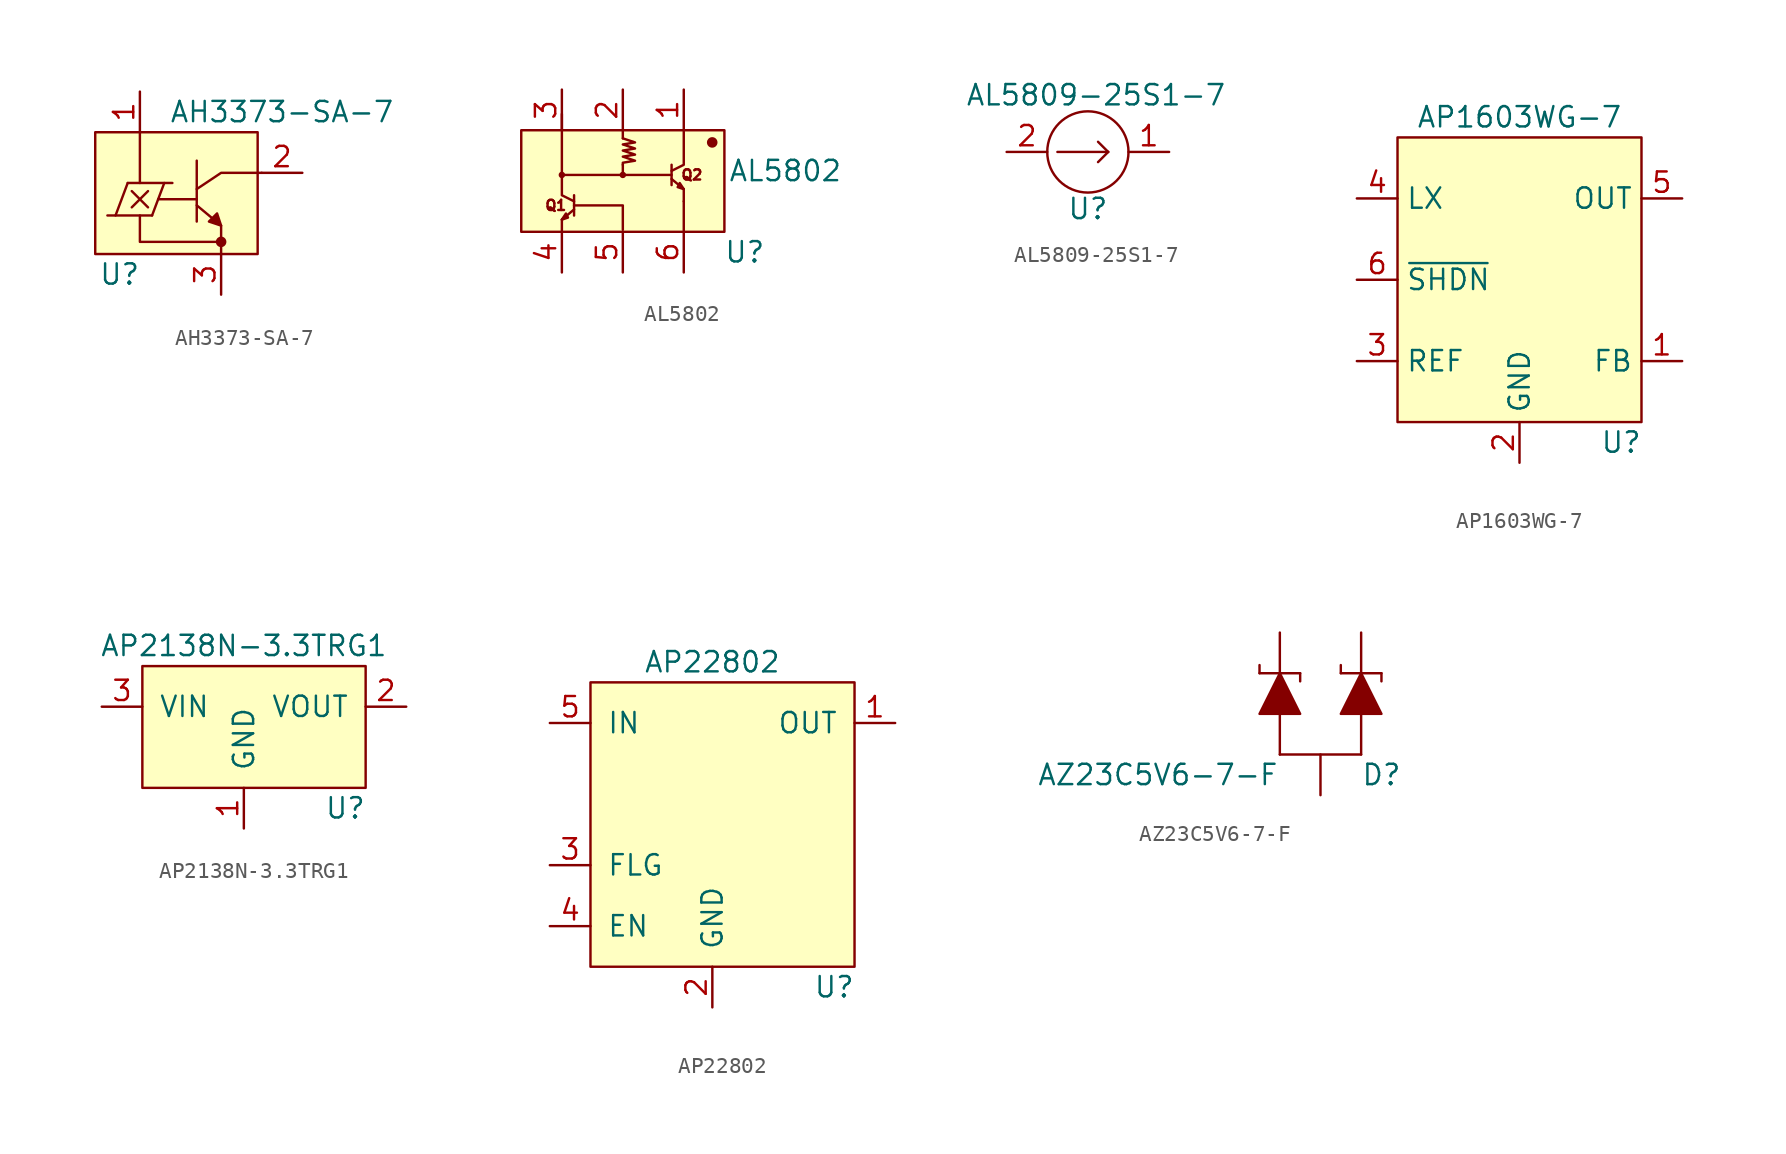
<source format=kicad_sym>
(kicad_symbol_lib
  (version 20241209)
  (generator "kicad_symbol_editor")
  (generator_version "9.0")
  (symbol "AH3373-SA-7"
    (pin_names
      (hide yes))
    (property "Reference" "U"
      (at -3.81 -5.08 0)
      (effects (font (size 1.27 1.27))))
    (property "Value" "AH3373-SA-7"
      (at 6.35 5.08 0)
      (effects (font (size 1.27 1.27))))
    (symbol "AH3373-SA-7_0_1"
      (rectangle (start -5.334 3.81) (end 4.826 -3.81) (stroke (width 0.152) (type default)) (fill (type background)))
      (polyline (pts (xy -4.572 -1.397) (xy -1.778 -1.397)) (stroke (width 0.152) (type default)) (fill (type none)))
      (polyline (pts (xy -3.302 0.635) (xy -4.064 -1.397)) (stroke (width 0.152) (type default)) (fill (type none)))
      (polyline (pts (xy -3.302 0.635) (xy -0.508 0.635)) (stroke (width 0.152) (type default)) (fill (type none)))
      (polyline (pts (xy -3.048 0.127) (xy -2.032 -0.889)) (stroke (width 0.152) (type default)) (fill (type none)))
      (polyline (pts (xy -2.54 3.81) (xy -2.54 0.635)) (stroke (width 0.152) (type default)) (fill (type none)))
      (polyline (pts (xy -2.54 -1.397) (xy -2.54 -3.048) (xy 2.54 -3.048)) (stroke (width 0.152) (type default)) (fill (type none)))
      (polyline (pts (xy -2.032 0.127) (xy -3.048 -0.889)) (stroke (width 0.152) (type default)) (fill (type none)))
      (polyline (pts (xy -1.397 -0.381) (xy 1.016 -0.381)) (stroke (width 0.152) (type default)) (fill (type none)))
      (polyline (pts (xy -1.016 0.635) (xy -1.778 -1.397)) (stroke (width 0.152) (type default)) (fill (type none)))
      (polyline (pts (xy 1.016 2.032) (xy 1.016 -1.778)) (stroke (width 0.152) (type default)) (fill (type none)))
      (polyline (pts (xy 2.032 -1.524) (xy 2.286 -1.27) (xy 2.54 -2.032) (xy 1.778 -1.778) (xy 2.032 -1.524)) (stroke (width 0.152) (type default)) (fill (type outline)))
      (circle (center 2.54 -3.048) (radius 0.254) (stroke (width 0.152) (type default)) (fill (type outline)))
      (polyline (pts (xy 2.54 -3.81) (xy 2.54 -2.032) (xy 1.016 -0.762)) (stroke (width 0.152) (type default)) (fill (type none)))
      (polyline (pts (xy 5.08 1.27) (xy 2.54 1.27) (xy 1.016 0.254)) (stroke (width 0.152) (type default)) (fill (type none))))
    (symbol "AH3373-SA-7_1_1"
      (pin power_in line (at -2.54 6.35 270) (length 2.54) (name "VDD" (effects (font (size 1.27 1.27)))) (number "1" (effects (font (size 1.27 1.27)))))
      (pin power_in line (at 2.54 -6.35 90) (length 2.54) (name "GND" (effects (font (size 1.27 1.27)))) (number "3" (effects (font (size 1.27 1.27)))))
      (pin output line (at 7.62 1.27 180) (length 2.54) (name "OUT" (effects (font (size 1.27 1.27)))) (number "2" (effects (font (size 1.27 1.27)))))))
  (symbol "AL5802"
    (pin_names
      (offset 1.016)
      (hide yes))
    (property "Reference" "U"
      (at 7.62 -3.81 0)
      (effects (font (size 1.27 1.27))))
    (property "Value" "AL5802"
      (at 10.16 1.27 0)
      (effects (font (size 1.27 1.27))))
    (symbol "AL5802_0_0"
      (text "Q1" (at -4.191 -0.889 0) (effects (font (size 0.635 0.635))))
      (text "Q2" (at 4.318 1.016 0) (effects (font (size 0.635 0.635)))))
    (symbol "AL5802_0_1"
      (rectangle (start -6.35 3.81) (end 6.35 -2.54) (stroke (width 0) (type default)) (fill (type background)))
      (polyline (pts (xy 0 3.81) (xy 0 3.302)) (stroke (width 0) (type default)) (fill (type none)))
      (polyline (pts (xy 0 3.302) (xy 0.762 3.048) (xy 0 2.921) (xy 0.762 2.667) (xy 0 2.54) (xy 0.762 2.286) (xy 0 2.159) (xy 0.762 1.905) (xy 0 1.778) (xy 0 1.651)) (stroke (width 0) (type default)) (fill (type none)))
      (circle (center 0 1.016) (radius 0.127) (stroke (width 0) (type default)) (fill (type none)))
      (polyline (pts (xy 0 1.016) (xy 0 1.651)) (stroke (width 0) (type default)) (fill (type none)))
      (polyline (pts (xy 0 1.016) (xy 3.048 1.016)) (stroke (width 0) (type default)) (fill (type none)))
      (polyline (pts (xy 0.127 1.016) (xy -3.81 1.016) (xy -3.81 4.826)) (stroke (width 0) (type default)) (fill (type none)))
      (polyline (pts (xy 3.048 1.27) (xy 3.048 1.651)) (stroke (width 0) (type default)) (fill (type none)))
      (polyline (pts (xy 3.048 0.762) (xy 3.048 0.381)) (stroke (width 0) (type default)) (fill (type none)))
      (polyline (pts (xy 3.81 0.127) (xy 3.81 -0.635)) (stroke (width 0) (type default)) (fill (type none)))
      (polyline (pts (xy 3.81 0.127) (xy 3.556 0.508) (xy 3.429 0.254) (xy 3.81 0.127)) (stroke (width 0) (type default)) (fill (type none)))
      (polyline (pts (xy 3.81 0.127) (xy 3.048 0.762) (xy 3.048 1.016) (xy 3.048 1.27) (xy 3.81 1.651) (xy 3.81 3.81)) (stroke (width 0) (type default)) (fill (type none)))
      (polyline (pts (xy 3.81 -0.635) (xy 3.81 -2.54)) (stroke (width 0) (type default)) (fill (type none)))
      (circle (center 5.588 3.048) (radius 0.254) (stroke (width 0) (type default)) (fill (type outline))))
    (symbol "AL5802_1_1"
      (circle (center -3.81 1.016) (radius 0.127) (stroke (width 0) (type default)) (fill (type none)))
      (polyline (pts (xy -3.81 -1.778) (xy -3.81 -2.54)) (stroke (width 0) (type default)) (fill (type none)))
      (polyline (pts (xy -3.81 -1.778) (xy -3.556 -1.397) (xy -3.429 -1.651) (xy -3.81 -1.778)) (stroke (width 0) (type default)) (fill (type none)))
      (polyline (pts (xy -3.81 -1.778) (xy -3.048 -1.143) (xy -3.048 -0.889) (xy -3.048 -0.635) (xy -3.81 -0.254) (xy -3.81 1.016)) (stroke (width 0) (type default)) (fill (type none)))
      (polyline (pts (xy -3.048 -0.635) (xy -3.048 -0.254)) (stroke (width 0) (type default)) (fill (type none)))
      (polyline (pts (xy -3.048 -0.889) (xy 0 -0.889) (xy 0 -2.413)) (stroke (width 0) (type default)) (fill (type none)))
      (polyline (pts (xy -3.048 -1.143) (xy -3.048 -1.524)) (stroke (width 0) (type default)) (fill (type none)))
      (pin passive line (at -3.81 6.35 270) (length 2.54) (name "EN" (effects (font (size 1.27 1.27)))) (number "3" (effects (font (size 1.27 1.27)))))
      (pin passive line (at -3.81 -5.08 90) (length 2.54) (name "GND" (effects (font (size 1.27 1.27)))) (number "4" (effects (font (size 1.27 1.27)))))
      (pin passive line (at 0 6.35 270) (length 2.54) (name "BIAS" (effects (font (size 1.27 1.27)))) (number "2" (effects (font (size 1.27 1.27)))))
      (pin passive line (at 0 -5.08 90) (length 2.54) (name "FB" (effects (font (size 1.27 1.27)))) (number "5" (effects (font (size 1.27 1.27)))))
      (pin passive line (at 3.81 6.35 270) (length 2.54) (name "OUT" (effects (font (size 1.27 1.27)))) (number "1" (effects (font (size 1.27 1.27)))))
      (pin passive line (at 3.81 -5.08 90) (length 2.54) (name "REXT" (effects (font (size 1.27 1.27)))) (number "6" (effects (font (size 1.27 1.27)))))))
  (symbol "AL5809-25S1-7"
    (pin_names
      (hide yes))
    (property "Reference" "U"
      (at 0 -3.556 0)
      (effects (font (size 1.27 1.27))))
    (property "Value" "AL5809-25S1-7"
      (at 0.508 3.556 0)
      (effects (font (size 1.27 1.27))))
    (symbol "AL5809-25S1-7_0_1"
      (polyline (pts (xy -1.905 0) (xy 1.27 0)) (stroke (width 0) (type default)) (fill (type none)))
      (circle (center 0 0) (radius 2.54) (stroke (width 0) (type default)) (fill (type none)))
      (polyline (pts (xy 1.27 0) (xy 0.635 0.635)) (stroke (width 0) (type default)) (fill (type none)))
      (polyline (pts (xy 1.27 0) (xy 0.635 -0.635)) (stroke (width 0) (type default)) (fill (type none))))
    (symbol "AL5809-25S1-7_1_1"
      (pin passive line (at -5.08 0 0) (length 2.54) (name "IN" (effects (font (size 1.27 1.27)))) (number "2" (effects (font (size 1.27 1.27)))))
      (pin passive line (at 5.08 0 180) (length 2.54) (name "OUT" (effects (font (size 1.27 1.27)))) (number "1" (effects (font (size 1.27 1.27)))))))
  (symbol "AP1603WG-7"
    (property "Reference" "U"
      (at 6.35 -12.7 0)
      (effects (font (size 1.27 1.27))))
    (property "Value" "AP1603WG-7"
      (at 0 7.62 0)
      (effects (font (size 1.27 1.27))))
    (symbol "AP1603WG-7_1_1"
      (rectangle (start -7.62 6.35) (end 7.62 -11.43) (stroke (width 0) (type default)) (fill (type background)))
      (pin passive line (at -10.16 2.54 0) (length 2.54) (name "LX" (effects (font (size 1.27 1.27)))) (number "4" (effects (font (size 1.27 1.27)))))
      (pin input line (at -10.16 -2.54 0) (length 2.54) (name "~{SHDN}" (effects (font (size 1.27 1.27)))) (number "6" (effects (font (size 1.27 1.27)))))
      (pin input line (at -10.16 -7.62 0) (length 2.54) (name "REF" (effects (font (size 1.27 1.27)))) (number "3" (effects (font (size 1.27 1.27)))))
      (pin power_in line (at 0 -13.97 90) (length 2.54) (name "GND" (effects (font (size 1.27 1.27)))) (number "2" (effects (font (size 1.27 1.27)))))
      (pin power_in line (at 10.16 2.54 180) (length 2.54) (name "OUT" (effects (font (size 1.27 1.27)))) (number "5" (effects (font (size 1.27 1.27)))))
      (pin input line (at 10.16 -7.62 180) (length 2.54) (name "FB" (effects (font (size 1.27 1.27)))) (number "1" (effects (font (size 1.27 1.27)))))))
  (symbol "AP2138N-3.3TRG1"
    (pin_names
      (offset 1.016))
    (property "Reference" "U"
      (at 6.35 -6.35 0)
      (effects (font (size 1.27 1.27))))
    (property "Value" "AP2138N-3.3TRG1"
      (at 0 3.81 0)
      (effects (font (size 1.27 1.27))))
    (symbol "AP2138N-3.3TRG1_0_1"
      (rectangle (start -6.35 2.54) (end 7.62 -5.08) (stroke (width 0) (type default)) (fill (type background))))
    (symbol "AP2138N-3.3TRG1_1_1"
      (pin power_in line (at -8.89 0 0) (length 2.54) (name "VIN" (effects (font (size 1.27 1.27)))) (number "3" (effects (font (size 1.27 1.27)))))
      (pin power_in line (at 0 -7.62 90) (length 2.54) (name "GND" (effects (font (size 1.27 1.27)))) (number "1" (effects (font (size 1.27 1.27)))))
      (pin power_out line (at 10.16 0 180) (length 2.54) (name "VOUT" (effects (font (size 1.27 1.27)))) (number "2" (effects (font (size 1.27 1.27)))))))
  (symbol "AP22802"
    (pin_names
      (offset 1.016))
    (property "Reference" "U"
      (at 7.62 -12.7 0)
      (effects (font (size 1.27 1.27))))
    (property "Value" "AP22802"
      (at 0 7.62 0)
      (effects (font (size 1.27 1.27))))
    (symbol "AP22802_0_1"
      (rectangle (start -7.62 6.35) (end 8.89 -11.43) (stroke (width 0) (type default)) (fill (type background))))
    (symbol "AP22802_1_1"
      (pin passive line (at -10.16 3.81 0) (length 2.54) (name "IN" (effects (font (size 1.27 1.27)))) (number "5" (effects (font (size 1.27 1.27)))))
      (pin passive line (at -10.16 -5.08 0) (length 2.54) (name "FLG" (effects (font (size 1.27 1.27)))) (number "3" (effects (font (size 1.27 1.27)))))
      (pin passive line (at -10.16 -8.89 0) (length 2.54) (name "EN" (effects (font (size 1.27 1.27)))) (number "4" (effects (font (size 1.27 1.27)))))
      (pin power_in line (at 0 -13.97 90) (length 2.54) (name "GND" (effects (font (size 1.27 1.27)))) (number "2" (effects (font (size 1.27 1.27)))))
      (pin passive line (at 11.43 3.81 180) (length 2.54) (name "OUT" (effects (font (size 1.27 1.27)))) (number "1" (effects (font (size 1.27 1.27)))))))
  (symbol "AZ23C5V6-7-F"
    (pin_numbers
      (hide yes))
    (pin_names
      (hide yes))
    (property "Reference" "D"
      (at 3.81 -3.81 0)
      (effects (font (size 1.27 1.27))))
    (property "Value" "AZ23C5V6-7-F"
      (at -10.16 -3.81 0)
      (effects (font (size 1.27 1.27))))
    (symbol "AZ23C5V6-7-F_0_1"
      (polyline (pts (xy -3.81 2.54) (xy -3.81 3.048)) (stroke (width 0.152) (type default)) (fill (type none)))
      (polyline (pts (xy -3.81 2.54) (xy -1.27 2.54)) (stroke (width 0.152) (type default)) (fill (type none)))
      (polyline (pts (xy -2.54 2.54) (xy -3.81 0) (xy -1.27 0) (xy -2.54 2.54)) (stroke (width 0.152) (type default)) (fill (type outline)))
      (polyline (pts (xy -2.54 0) (xy -2.54 -2.54)) (stroke (width 0.152) (type default)) (fill (type none)))
      (polyline (pts (xy -2.54 -2.54) (xy 2.54 -2.54)) (stroke (width 0.152) (type default)) (fill (type none)))
      (polyline (pts (xy -1.27 2.54) (xy -1.27 2.032)) (stroke (width 0.152) (type default)) (fill (type none)))
      (polyline (pts (xy 1.27 3.048) (xy 1.27 2.54)) (stroke (width 0.152) (type default)) (fill (type none)))
      (polyline (pts (xy 1.27 2.54) (xy 3.81 2.54)) (stroke (width 0.152) (type default)) (fill (type none)))
      (polyline (pts (xy 2.54 2.54) (xy 1.27 0) (xy 3.81 0) (xy 2.54 2.54)) (stroke (width 0.152) (type default)) (fill (type outline)))
      (polyline (pts (xy 2.54 0) (xy 2.54 -2.54)) (stroke (width 0.152) (type default)) (fill (type none)))
      (polyline (pts (xy 3.81 2.54) (xy 3.81 2.032)) (stroke (width 0.152) (type default)) (fill (type none))))
    (symbol "AZ23C5V6-7-F_1_1"
      (pin passive line (at -2.54 5.08 270) (length 2.54) (name "" (effects (font (size 1.27 1.27)))) (number "2" (effects (font (size 1.27 1.27)))))
      (pin passive line (at 0 -5.08 90) (length 2.54) (name "" (effects (font (size 1.27 1.27)))) (number "3" (effects (font (size 1.27 1.27)))))
      (pin passive line (at 2.54 5.08 270) (length 2.54) (name "" (effects (font (size 1.27 1.27)))) (number "1" (effects (font (size 1.27 1.27))))))))
</source>
